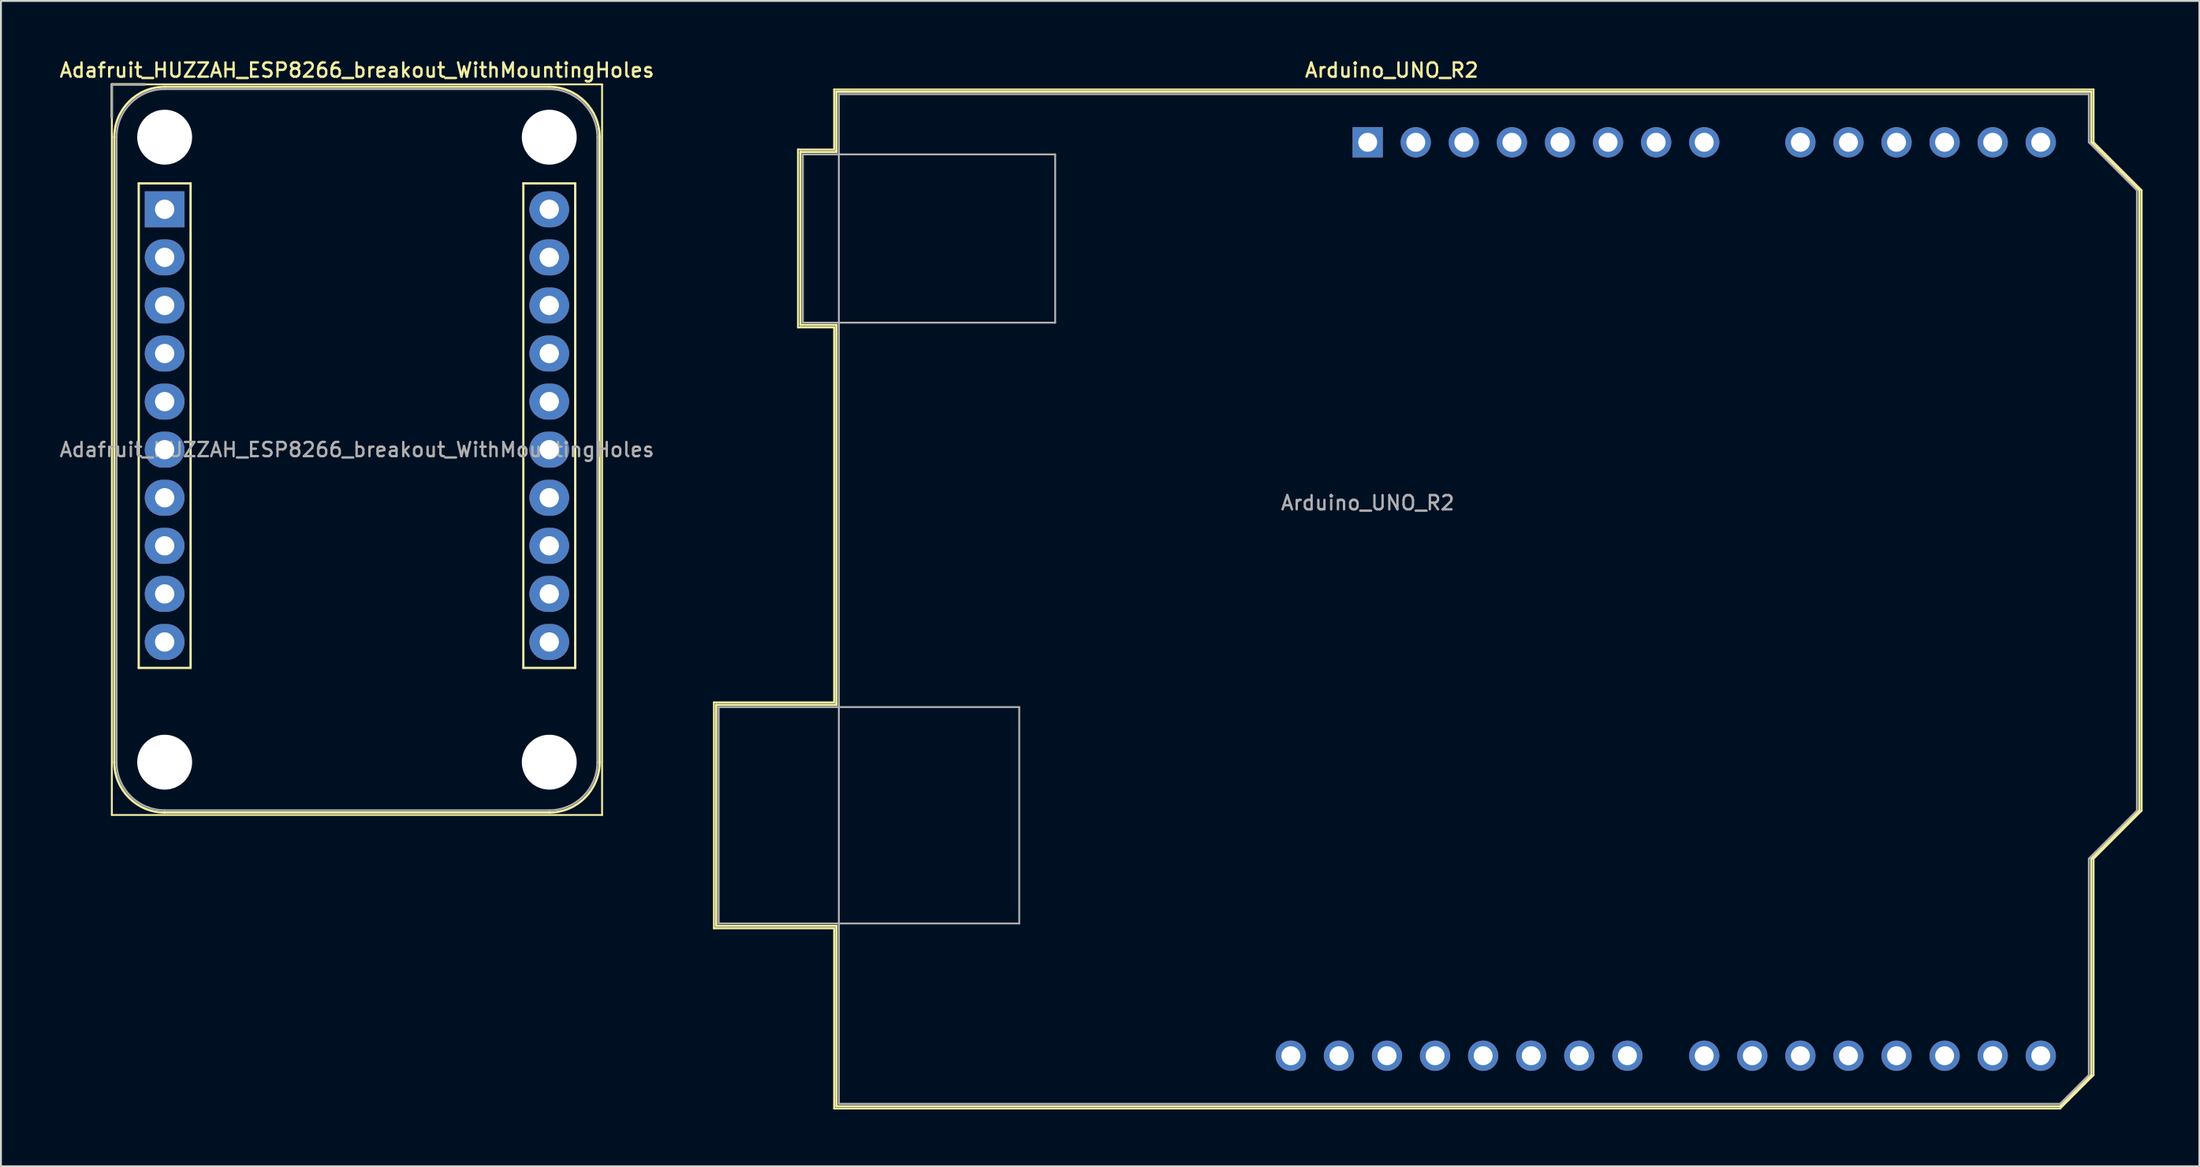
<source format=kicad_pcb>
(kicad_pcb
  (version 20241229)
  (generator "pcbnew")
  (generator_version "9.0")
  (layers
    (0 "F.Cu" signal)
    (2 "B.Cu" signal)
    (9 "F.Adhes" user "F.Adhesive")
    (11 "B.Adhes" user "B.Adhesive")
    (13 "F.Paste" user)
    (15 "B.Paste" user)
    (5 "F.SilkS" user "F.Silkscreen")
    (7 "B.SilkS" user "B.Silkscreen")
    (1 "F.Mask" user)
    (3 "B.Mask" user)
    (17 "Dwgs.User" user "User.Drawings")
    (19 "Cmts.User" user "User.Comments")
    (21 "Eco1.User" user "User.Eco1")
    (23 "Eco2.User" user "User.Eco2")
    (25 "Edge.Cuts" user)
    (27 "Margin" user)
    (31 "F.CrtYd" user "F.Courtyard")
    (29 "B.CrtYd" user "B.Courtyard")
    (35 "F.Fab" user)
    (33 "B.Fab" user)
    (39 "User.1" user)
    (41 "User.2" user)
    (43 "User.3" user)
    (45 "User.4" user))
  (footprint "Arduino_UNO_R2"
    (layer "F.Cu")
    (at 69.208 4.468)
    (property "Reference" "Arduino_UNO_R2" (at 1.27 -3.81 180) (layer "F.SilkS") (effects (font (size 0.75 0.75) (thickness 0.125))))
    (attr through_hole)
    (fp_line (start -34.54 29.59) (end -28.19 29.59) (stroke (width 0.1) (type solid)) (layer "F.SilkS"))
    (fp_line (start -34.54 41.53) (end -34.54 29.59) (stroke (width 0.1) (type solid)) (layer "F.SilkS"))
    (fp_line (start -34.42 29.72) (end -34.42 41.4) (stroke (width 0.12) (type solid)) (layer "F.SilkS"))
    (fp_line (start -34.42 41.4) (end -28.07 41.4) (stroke (width 0.12) (type solid)) (layer "F.SilkS"))
    (fp_line (start -30.1 0.38) (end -28.19 0.38) (stroke (width 0.1) (type solid)) (layer "F.SilkS"))
    (fp_line (start -30.1 9.78) (end -30.1 0.38) (stroke (width 0.1) (type solid)) (layer "F.SilkS"))
    (fp_line (start -29.97 0.51) (end -29.97 9.65) (stroke (width 0.12) (type solid)) (layer "F.SilkS"))
    (fp_line (start -29.97 9.65) (end -28.07 9.65) (stroke (width 0.12) (type solid)) (layer "F.SilkS"))
    (fp_line (start -28.19 -2.79) (end 38.35 -2.79) (stroke (width 0.1) (type solid)) (layer "F.SilkS"))
    (fp_line (start -28.19 0.38) (end -28.19 -2.79) (stroke (width 0.1) (type solid)) (layer "F.SilkS"))
    (fp_line (start -28.19 9.78) (end -30.1 9.78) (stroke (width 0.1) (type solid)) (layer "F.SilkS"))
    (fp_line (start -28.19 29.59) (end -28.19 9.78) (stroke (width 0.1) (type solid)) (layer "F.SilkS"))
    (fp_line (start -28.19 41.53) (end -34.54 41.53) (stroke (width 0.1) (type solid)) (layer "F.SilkS"))
    (fp_line (start -28.19 51.05) (end -28.19 41.53) (stroke (width 0.1) (type solid)) (layer "F.SilkS"))
    (fp_line (start -28.07 -2.67) (end -28.07 0.51) (stroke (width 0.12) (type solid)) (layer "F.SilkS"))
    (fp_line (start -28.07 0.51) (end -29.97 0.51) (stroke (width 0.12) (type solid)) (layer "F.SilkS"))
    (fp_line (start -28.07 9.65) (end -28.07 29.72) (stroke (width 0.12) (type solid)) (layer "F.SilkS"))
    (fp_line (start -28.07 29.72) (end -34.42 29.72) (stroke (width 0.12) (type solid)) (layer "F.SilkS"))
    (fp_line (start -28.07 41.4) (end -28.07 50.93) (stroke (width 0.12) (type solid)) (layer "F.SilkS"))
    (fp_line (start -28.07 50.93) (end 36.58 50.93) (stroke (width 0.12) (type solid)) (layer "F.SilkS"))
    (fp_line (start 36.58 50.93) (end 38.23 49.28) (stroke (width 0.12) (type solid)) (layer "F.SilkS"))
    (fp_line (start 36.58 51.05) (end -28.19 51.05) (stroke (width 0.1) (type solid)) (layer "F.SilkS"))
    (fp_line (start 38.23 -2.67) (end -28.07 -2.67) (stroke (width 0.12) (type solid)) (layer "F.SilkS"))
    (fp_line (start 38.23 0) (end 38.23 -2.67) (stroke (width 0.12) (type solid)) (layer "F.SilkS"))
    (fp_line (start 38.23 37.85) (end 40.77 35.31) (stroke (width 0.12) (type solid)) (layer "F.SilkS"))
    (fp_line (start 38.23 49.28) (end 38.23 37.85) (stroke (width 0.12) (type solid)) (layer "F.SilkS"))
    (fp_line (start 38.35 -2.79) (end 38.35 0) (stroke (width 0.1) (type solid)) (layer "F.SilkS"))
    (fp_line (start 38.35 0) (end 40.89 2.54) (stroke (width 0.1) (type solid)) (layer "F.SilkS"))
    (fp_line (start 38.35 37.85) (end 38.35 49.28) (stroke (width 0.1) (type solid)) (layer "F.SilkS"))
    (fp_line (start 38.35 49.28) (end 36.58 51.05) (stroke (width 0.1) (type solid)) (layer "F.SilkS"))
    (fp_line (start 40.77 2.54) (end 38.23 0) (stroke (width 0.12) (type solid)) (layer "F.SilkS"))
    (fp_line (start 40.77 35.31) (end 40.77 2.54) (stroke (width 0.12) (type solid)) (layer "F.SilkS"))
    (fp_line (start 40.89 2.54) (end 40.89 35.31) (stroke (width 0.1) (type solid)) (layer "F.SilkS"))
    (fp_line (start 40.89 35.31) (end 38.35 37.85) (stroke (width 0.1) (type solid)) (layer "F.SilkS"))
    (fp_line (start -34.29 29.84) (end -18.41 29.84) (stroke (width 0.1) (type solid)) (layer "F.Fab"))
    (fp_line (start -34.29 41.27) (end -34.29 29.84) (stroke (width 0.1) (type solid)) (layer "F.Fab"))
    (fp_line (start -29.84 0.64) (end -16.51 0.64) (stroke (width 0.1) (type solid)) (layer "F.Fab"))
    (fp_line (start -29.84 9.53) (end -29.84 0.64) (stroke (width 0.1) (type solid)) (layer "F.Fab"))
    (fp_line (start -27.94 -2.54) (end 38.1 -2.54) (stroke (width 0.1) (type solid)) (layer "F.Fab"))
    (fp_line (start -27.94 50.8) (end -27.94 -2.54) (stroke (width 0.1) (type solid)) (layer "F.Fab"))
    (fp_line (start -18.41 29.84) (end -18.41 41.27) (stroke (width 0.1) (type solid)) (layer "F.Fab"))
    (fp_line (start -18.41 41.27) (end -34.29 41.27) (stroke (width 0.1) (type solid)) (layer "F.Fab"))
    (fp_line (start -16.51 0.64) (end -16.51 9.53) (stroke (width 0.1) (type solid)) (layer "F.Fab"))
    (fp_line (start -16.51 9.53) (end -29.84 9.53) (stroke (width 0.1) (type solid)) (layer "F.Fab"))
    (fp_line (start 36.58 50.8) (end -27.94 50.8) (stroke (width 0.1) (type solid)) (layer "F.Fab"))
    (fp_line (start 38.1 -2.54) (end 38.1 0) (stroke (width 0.1) (type solid)) (layer "F.Fab"))
    (fp_line (start 38.1 0) (end 40.64 2.54) (stroke (width 0.1) (type solid)) (layer "F.Fab"))
    (fp_line (start 38.1 37.85) (end 38.1 49.28) (stroke (width 0.1) (type solid)) (layer "F.Fab"))
    (fp_line (start 38.1 49.28) (end 36.58 50.8) (stroke (width 0.1) (type solid)) (layer "F.Fab"))
    (fp_line (start 40.64 2.54) (end 40.64 35.31) (stroke (width 0.1) (type solid)) (layer "F.Fab"))
    (fp_line (start 40.64 35.31) (end 38.1 37.85) (stroke (width 0.1) (type solid)) (layer "F.Fab"))
    (fp_text user "${REFERENCE}" (at 0 19.05 180) (layer "F.Fab") (effects (font (size 0.75 0.75) (thickness 0.125))))
    (pad "1" thru_hole rect (at 0 0 90) (size 1.6 1.6) (drill 1) (layers "*.Cu" "*.Mask"))
    (pad "2" thru_hole oval (at 2.54 0 90) (size 1.6 1.6) (drill 1) (layers "*.Cu" "*.Mask"))
    (pad "3" thru_hole oval (at 5.08 0 90) (size 1.6 1.6) (drill 1) (layers "*.Cu" "*.Mask"))
    (pad "4" thru_hole oval (at 7.62 0 90) (size 1.6 1.6) (drill 1) (layers "*.Cu" "*.Mask"))
    (pad "5" thru_hole oval (at 10.16 0 90) (size 1.6 1.6) (drill 1) (layers "*.Cu" "*.Mask"))
    (pad "6" thru_hole oval (at 12.7 0 90) (size 1.6 1.6) (drill 1) (layers "*.Cu" "*.Mask"))
    (pad "7" thru_hole oval (at 15.24 0 90) (size 1.6 1.6) (drill 1) (layers "*.Cu" "*.Mask"))
    (pad "8" thru_hole oval (at 17.78 0 90) (size 1.6 1.6) (drill 1) (layers "*.Cu" "*.Mask"))
    (pad "9" thru_hole oval (at 22.86 0 90) (size 1.6 1.6) (drill 1) (layers "*.Cu" "*.Mask"))
    (pad "10" thru_hole oval (at 25.4 0 90) (size 1.6 1.6) (drill 1) (layers "*.Cu" "*.Mask"))
    (pad "11" thru_hole oval (at 27.94 0 90) (size 1.6 1.6) (drill 1) (layers "*.Cu" "*.Mask"))
    (pad "12" thru_hole oval (at 30.48 0 90) (size 1.6 1.6) (drill 1) (layers "*.Cu" "*.Mask"))
    (pad "13" thru_hole oval (at 33.02 0 90) (size 1.6 1.6) (drill 1) (layers "*.Cu" "*.Mask"))
    (pad "14" thru_hole oval (at 35.56 0 90) (size 1.6 1.6) (drill 1) (layers "*.Cu" "*.Mask"))
    (pad "15" thru_hole oval (at 35.56 48.26 90) (size 1.6 1.6) (drill 1) (layers "*.Cu" "*.Mask"))
    (pad "16" thru_hole oval (at 33.02 48.26 90) (size 1.6 1.6) (drill 1) (layers "*.Cu" "*.Mask"))
    (pad "17" thru_hole oval (at 30.48 48.26 90) (size 1.6 1.6) (drill 1) (layers "*.Cu" "*.Mask"))
    (pad "18" thru_hole oval (at 27.94 48.26 90) (size 1.6 1.6) (drill 1) (layers "*.Cu" "*.Mask"))
    (pad "19" thru_hole oval (at 25.4 48.26 90) (size 1.6 1.6) (drill 1) (layers "*.Cu" "*.Mask"))
    (pad "20" thru_hole oval (at 22.86 48.26 90) (size 1.6 1.6) (drill 1) (layers "*.Cu" "*.Mask"))
    (pad "21" thru_hole oval (at 20.32 48.26 90) (size 1.6 1.6) (drill 1) (layers "*.Cu" "*.Mask"))
    (pad "22" thru_hole oval (at 17.78 48.26 90) (size 1.6 1.6) (drill 1) (layers "*.Cu" "*.Mask"))
    (pad "23" thru_hole oval (at 13.72 48.26 90) (size 1.6 1.6) (drill 1) (layers "*.Cu" "*.Mask"))
    (pad "24" thru_hole oval (at 11.18 48.26 90) (size 1.6 1.6) (drill 1) (layers "*.Cu" "*.Mask"))
    (pad "25" thru_hole oval (at 8.64 48.26 90) (size 1.6 1.6) (drill 1) (layers "*.Cu" "*.Mask"))
    (pad "26" thru_hole oval (at 6.1 48.26 90) (size 1.6 1.6) (drill 1) (layers "*.Cu" "*.Mask"))
    (pad "27" thru_hole oval (at 3.56 48.26 90) (size 1.6 1.6) (drill 1) (layers "*.Cu" "*.Mask"))
    (pad "28" thru_hole oval (at 1.02 48.26 90) (size 1.6 1.6) (drill 1) (layers "*.Cu" "*.Mask"))
    (pad "29" thru_hole oval (at -1.52 48.26 90) (size 1.6 1.6) (drill 1) (layers "*.Cu" "*.Mask"))
    (pad "30" thru_hole oval (at -4.06 48.26 90) (size 1.6 1.6) (drill 1) (layers "*.Cu" "*.Mask")))
  (footprint "Adafruit_HUZZAH_ESP8266_breakout_WithMountingHoles"
    (layer "F.Cu")
    (at 5.649 8.008)
    (property "Reference" "Adafruit_HUZZAH_ESP8266_breakout_WithMountingHoles" (at 10.16 -7.35 0) (layer "F.SilkS") (effects (font (size 0.75 0.75) (thickness 0.125))))
    (attr through_hole)
    (fp_line (start -2.79 -6.6) (end -2.79 32) (stroke (width 0.1) (type solid)) (layer "F.SilkS"))
    (fp_line (start -2.79 -6.6) (end -1.04 -6.6) (stroke (width 0.12) (type solid)) (layer "F.SilkS"))
    (fp_line (start -2.79 -4.85) (end -2.79 -6.6) (stroke (width 0.12) (type solid)) (layer "F.SilkS"))
    (fp_line (start -2.79 32) (end 23.11 32) (stroke (width 0.1) (type solid)) (layer "F.SilkS"))
    (fp_line (start -2.66 -3.81) (end -2.66 29.21) (stroke (width 0.12) (type solid)) (layer "F.SilkS"))
    (fp_line (start -1.37 -1.37) (end -1.37 24.23) (stroke (width 0.12) (type solid)) (layer "F.SilkS"))
    (fp_line (start -1.37 24.23) (end 1.37 24.23) (stroke (width 0.12) (type solid)) (layer "F.SilkS"))
    (fp_line (start 0 -6.47) (end 20.32 -6.47) (stroke (width 0.12) (type solid)) (layer "F.SilkS"))
    (fp_line (start 0 31.87) (end 20.32 31.87) (stroke (width 0.12) (type solid)) (layer "F.SilkS"))
    (fp_line (start 1.37 -1.37) (end -1.37 -1.37) (stroke (width 0.12) (type solid)) (layer "F.SilkS"))
    (fp_line (start 1.37 24.23) (end 1.37 -1.37) (stroke (width 0.12) (type solid)) (layer "F.SilkS"))
    (fp_line (start 18.95 -1.37) (end 18.95 24.23) (stroke (width 0.12) (type solid)) (layer "F.SilkS"))
    (fp_line (start 18.95 24.23) (end 21.69 24.23) (stroke (width 0.12) (type solid)) (layer "F.SilkS"))
    (fp_line (start 21.69 -1.37) (end 18.95 -1.37) (stroke (width 0.12) (type solid)) (layer "F.SilkS"))
    (fp_line (start 21.69 24.23) (end 21.69 -1.37) (stroke (width 0.12) (type solid)) (layer "F.SilkS"))
    (fp_line (start 22.98 -3.81) (end 22.98 29.21) (stroke (width 0.12) (type solid)) (layer "F.SilkS"))
    (fp_line (start 23.11 -6.6) (end -2.79 -6.6) (stroke (width 0.1) (type solid)) (layer "F.SilkS"))
    (fp_line (start 23.11 32) (end 23.11 -6.6) (stroke (width 0.1) (type solid)) (layer "F.SilkS"))
    (fp_arc (start -2.66 -3.81) (mid -1.880904 -5.690904) (end 0 -6.47) (stroke (width 0.12) (type solid)) (layer "F.SilkS"))
    (fp_arc (start 0 31.87) (mid -1.880904 31.090904) (end -2.66 29.21) (stroke (width 0.12) (type solid)) (layer "F.SilkS"))
    (fp_arc (start 20.32 -6.47) (mid 22.200904 -5.690904) (end 22.98 -3.81) (stroke (width 0.12) (type solid)) (layer "F.SilkS"))
    (fp_arc (start 22.98 29.21) (mid 22.200904 31.090904) (end 20.32 31.87) (stroke (width 0.12) (type solid)) (layer "F.SilkS"))
    (fp_line (start -2.79 -6.6) (end -1.04 -6.6) (stroke (width 0.1) (type solid)) (layer "F.Fab"))
    (fp_line (start -2.79 -4.85) (end -2.79 -6.6) (stroke (width 0.1) (type solid)) (layer "F.Fab"))
    (fp_line (start -2.54 -3.81) (end -2.54 29.21) (stroke (width 0.1) (type solid)) (layer "F.Fab"))
    (fp_line (start 0 -6.35) (end 20.32 -6.35) (stroke (width 0.1) (type solid)) (layer "F.Fab"))
    (fp_line (start 0 31.75) (end 20.32 31.75) (stroke (width 0.1) (type solid)) (layer "F.Fab"))
    (fp_line (start 22.86 -3.81) (end 22.86 29.21) (stroke (width 0.1) (type solid)) (layer "F.Fab"))
    (fp_arc (start -2.54 -3.81) (mid -1.796051 -5.606051) (end 0 -6.35) (stroke (width 0.1) (type solid)) (layer "F.Fab"))
    (fp_arc (start 0 31.75) (mid -1.796051 31.006051) (end -2.54 29.21) (stroke (width 0.1) (type solid)) (layer "F.Fab"))
    (fp_arc (start 20.32 -6.35) (mid 22.116051 -5.606051) (end 22.86 -3.81) (stroke (width 0.1) (type solid)) (layer "F.Fab"))
    (fp_arc (start 22.86 29.21) (mid 22.116051 31.006051) (end 20.32 31.75) (stroke (width 0.1) (type solid)) (layer "F.Fab"))
    (fp_text user "${REFERENCE}" (at 10.16 12.7 0) (layer "F.Fab") (effects (font (size 0.75 0.75) (thickness 0.125))))
    (pad "" np_thru_hole circle (at 0 -3.81) (size 2.9 2.9) (drill 2.9) (layers "*.Cu" "*.Mask"))
    (pad "" np_thru_hole circle (at 0 29.21) (size 2.9 2.9) (drill 2.9) (layers "*.Cu" "*.Mask"))
    (pad "" np_thru_hole circle (at 20.32 -3.81) (size 2.9 2.9) (drill 2.9) (layers "*.Cu" "*.Mask"))
    (pad "" np_thru_hole circle (at 20.32 29.21) (size 2.9 2.9) (drill 2.9) (layers "*.Cu" "*.Mask"))
    (pad "1" thru_hole rect (at 0 0) (size 2.1 1.9) (drill 1.02) (layers "*.Cu" "*.Mask"))
    (pad "2" thru_hole oval (at 0 2.54) (size 2.1 1.9) (drill 1.02) (layers "*.Cu" "*.Mask"))
    (pad "3" thru_hole oval (at 0 5.08) (size 2.1 1.9) (drill 1.02) (layers "*.Cu" "*.Mask"))
    (pad "4" thru_hole oval (at 0 7.62) (size 2.1 1.9) (drill 1.02) (layers "*.Cu" "*.Mask"))
    (pad "5" thru_hole oval (at 0 10.16) (size 2.1 1.9) (drill 1.02) (layers "*.Cu" "*.Mask"))
    (pad "6" thru_hole oval (at 0 12.7) (size 2.1 1.9) (drill 1.02) (layers "*.Cu" "*.Mask"))
    (pad "7" thru_hole oval (at 0 15.24) (size 2.1 1.9) (drill 1.02) (layers "*.Cu" "*.Mask"))
    (pad "8" thru_hole oval (at 0 17.78) (size 2.1 1.9) (drill 1.02) (layers "*.Cu" "*.Mask"))
    (pad "9" thru_hole oval (at 0 20.32) (size 2.1 1.9) (drill 1.02) (layers "*.Cu" "*.Mask"))
    (pad "10" thru_hole oval (at 0 22.86) (size 2.1 1.9) (drill 1.02) (layers "*.Cu" "*.Mask"))
    (pad "11" thru_hole oval (at 20.32 22.86) (size 2.1 1.9) (drill 1.02) (layers "*.Cu" "*.Mask"))
    (pad "12" thru_hole oval (at 20.32 20.32) (size 2.1 1.9) (drill 1.02) (layers "*.Cu" "*.Mask"))
    (pad "13" thru_hole oval (at 20.32 17.78) (size 2.1 1.9) (drill 1.02) (layers "*.Cu" "*.Mask"))
    (pad "14" thru_hole oval (at 20.32 15.24) (size 2.1 1.9) (drill 1.02) (layers "*.Cu" "*.Mask"))
    (pad "15" thru_hole oval (at 20.32 12.7) (size 2.1 1.9) (drill 1.02) (layers "*.Cu" "*.Mask"))
    (pad "16" thru_hole oval (at 20.32 10.16) (size 2.1 1.9) (drill 1.02) (layers "*.Cu" "*.Mask"))
    (pad "17" thru_hole oval (at 20.32 7.62) (size 2.1 1.9) (drill 1.02) (layers "*.Cu" "*.Mask"))
    (pad "18" thru_hole oval (at 20.32 5.08) (size 2.1 1.9) (drill 1.02) (layers "*.Cu" "*.Mask"))
    (pad "19" thru_hole oval (at 20.32 2.54) (size 2.1 1.9) (drill 1.02) (layers "*.Cu" "*.Mask"))
    (pad "20" thru_hole oval (at 20.32 0) (size 2.1 1.9) (drill 1.02) (layers "*.Cu" "*.Mask")))
  (gr_rect
    (start -3 -3)
    (end 113.148 58.568)
    (stroke (width 0.1) (type default))
    (fill no)
    (layer "Edge.Cuts")))
</source>
